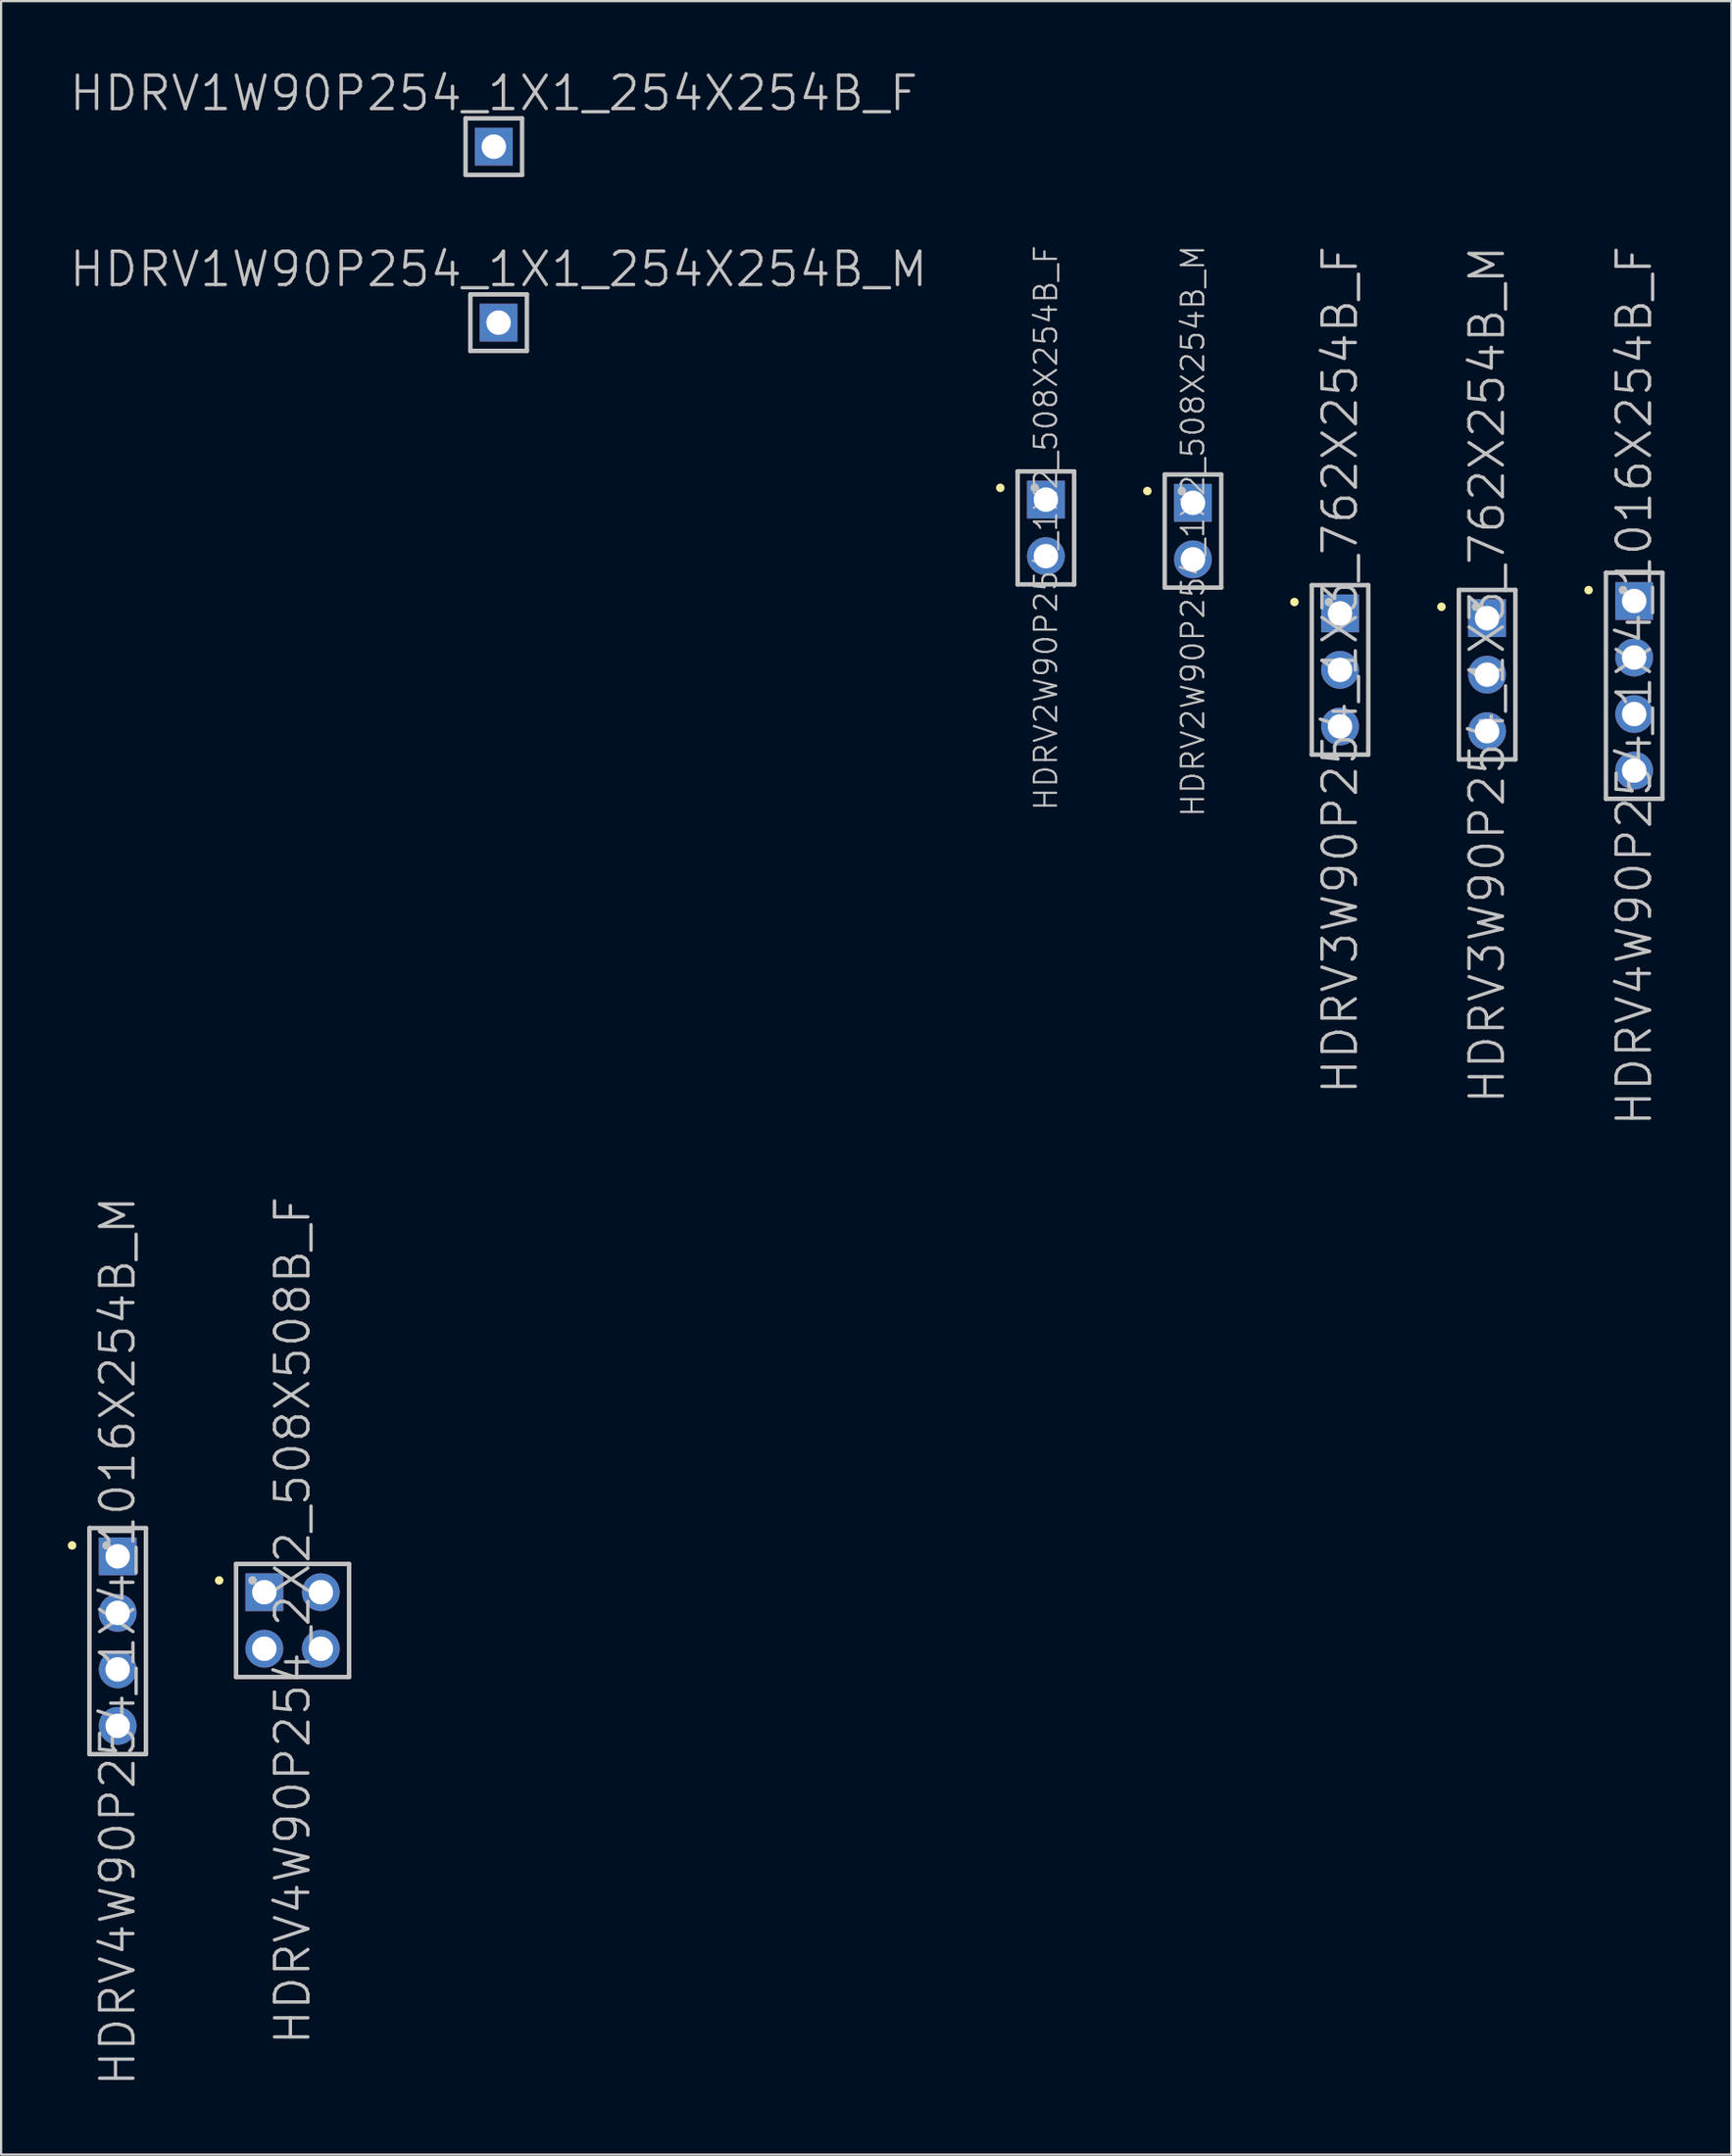
<source format=kicad_pcb>
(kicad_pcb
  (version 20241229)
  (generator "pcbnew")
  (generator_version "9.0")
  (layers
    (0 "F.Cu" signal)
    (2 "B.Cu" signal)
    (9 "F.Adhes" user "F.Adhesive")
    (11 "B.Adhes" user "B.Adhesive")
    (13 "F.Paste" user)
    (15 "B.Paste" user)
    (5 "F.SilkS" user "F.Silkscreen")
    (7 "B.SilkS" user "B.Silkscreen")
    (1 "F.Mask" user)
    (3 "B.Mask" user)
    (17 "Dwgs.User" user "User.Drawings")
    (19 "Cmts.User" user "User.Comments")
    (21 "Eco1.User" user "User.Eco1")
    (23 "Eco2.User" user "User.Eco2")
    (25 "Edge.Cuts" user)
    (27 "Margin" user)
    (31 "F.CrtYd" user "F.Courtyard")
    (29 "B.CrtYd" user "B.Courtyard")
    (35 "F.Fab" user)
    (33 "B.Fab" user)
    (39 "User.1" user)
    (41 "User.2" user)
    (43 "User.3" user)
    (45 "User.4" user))
  (footprint "HDRV4W90P254_1X4_1016X254B_F"
    (layer "F.Cu")
    (at 70.404 27.771)
    (property "Reference" "HDRV4W90P254_1X4_1016X254B_F" (at 0 0 90) (layer "Dwgs.User") (effects (font (size 1.5 1.5) (thickness 0.15))))
    (attr through_hole)
    (fp_line (start -2.05 -4.3) (end -2.05 -4.3) (stroke (width 0.381) (type solid)) (layer "F.SilkS"))
    (fp_line (start -1.27 -5.08) (end -1.27 5.08) (stroke (width 0.2) (type solid)) (layer "Dwgs.User"))
    (fp_line (start -1.27 -5.08) (end 1.27 -5.08) (stroke (width 0.2) (type solid)) (layer "Dwgs.User"))
    (fp_line (start -1.27 5.08) (end 1.27 5.08) (stroke (width 0.2) (type solid)) (layer "Dwgs.User"))
    (fp_line (start -0.5 -4.3) (end -0.5 -4.3) (stroke (width 0.381) (type solid)) (layer "Dwgs.User"))
    (fp_line (start 1.27 -5.08) (end 1.27 5.08) (stroke (width 0.2) (type solid)) (layer "Dwgs.User"))
    (pad "1" thru_hole rect (at 0 -3.81) (size 1.7 1.7) (drill 1.1) (layers "*.Cu" "*.Mask"))
    (pad "2" thru_hole circle (at 0 -1.27 270) (size 1.7 1.7) (drill 1.1) (layers "*.Cu" "*.Mask"))
    (pad "3" thru_hole circle (at 0 1.27 270) (size 1.7 1.7) (drill 1.1) (layers "*.Cu" "*.Mask"))
    (pad "4" thru_hole circle (at 0 3.81 270) (size 1.7 1.7) (drill 1.1) (layers "*.Cu" "*.Mask")))
  (footprint "HDRV4W90P254_2X2_508X508B_F"
    (layer "F.Cu")
    (at 10.101 69.779)
    (property "Reference" "HDRV4W90P254_2X2_508X508B_F" (at 0 0 90) (layer "Dwgs.User") (effects (font (size 1.5 1.5) (thickness 0.15))))
    (attr through_hole)
    (fp_line (start -3.3 -1.8) (end -3.3 -1.8) (stroke (width 0.381) (type solid)) (layer "F.SilkS"))
    (fp_line (start -2.54 -2.54) (end -2.54 2.54) (stroke (width 0.2) (type solid)) (layer "Dwgs.User"))
    (fp_line (start -2.54 -2.54) (end 2.54 -2.54) (stroke (width 0.2) (type solid)) (layer "Dwgs.User"))
    (fp_line (start -2.54 2.54) (end 2.54 2.54) (stroke (width 0.2) (type solid)) (layer "Dwgs.User"))
    (fp_line (start -1.8 -1.8) (end -1.8 -1.8) (stroke (width 0.381) (type solid)) (layer "Dwgs.User"))
    (fp_line (start 2.54 -2.54) (end 2.54 2.54) (stroke (width 0.2) (type solid)) (layer "Dwgs.User"))
    (pad "1" thru_hole rect (at -1.27 -1.27) (size 1.7 1.7) (drill 1.1) (layers "*.Cu" "*.Mask"))
    (pad "2" thru_hole circle (at 1.27 -1.27 270) (size 1.7 1.7) (drill 1.1) (layers "*.Cu" "*.Mask"))
    (pad "3" thru_hole circle (at -1.27 1.27 270) (size 1.7 1.7) (drill 1.1) (layers "*.Cu" "*.Mask"))
    (pad "4" thru_hole circle (at 1.27 1.27 270) (size 1.7 1.7) (drill 1.1) (layers "*.Cu" "*.Mask")))
  (footprint "HDRV3W90P254_1X3_762X254B_M"
    (layer "F.Cu")
    (at 63.793 27.271)
    (property "Reference" "HDRV3W90P254_1X3_762X254B_M" (at 0 0 90) (layer "Dwgs.User") (effects (font (size 1.5 1.5) (thickness 0.15))))
    (attr through_hole)
    (fp_line (start -2.05 -3.05) (end -2.05 -3.05) (stroke (width 0.381) (type solid)) (layer "F.SilkS"))
    (fp_line (start -1.27 -3.81) (end -1.27 3.81) (stroke (width 0.2) (type solid)) (layer "Dwgs.User"))
    (fp_line (start -1.27 -3.81) (end 1.27 -3.81) (stroke (width 0.2) (type solid)) (layer "Dwgs.User"))
    (fp_line (start -1.27 3.81) (end 1.27 3.81) (stroke (width 0.2) (type solid)) (layer "Dwgs.User"))
    (fp_line (start -0.5 -3.05) (end -0.5 -3.05) (stroke (width 0.381) (type solid)) (layer "Dwgs.User"))
    (fp_line (start 1.27 -3.81) (end 1.27 3.81) (stroke (width 0.2) (type solid)) (layer "Dwgs.User"))
    (pad "1" thru_hole rect (at 0 -2.54) (size 1.7 1.7) (drill 1.1) (layers "*.Cu" "*.Mask"))
    (pad "2" thru_hole circle (at 0 0 270) (size 1.7 1.7) (drill 1.1) (layers "*.Cu" "*.Mask"))
    (pad "3" thru_hole circle (at 0 2.54 270) (size 1.7 1.7) (drill 1.1) (layers "*.Cu" "*.Mask")))
  (footprint "HDRV4W90P254_1X4_1016X254B_M"
    (layer "F.Cu")
    (at 2.24 70.707)
    (property "Reference" "HDRV4W90P254_1X4_1016X254B_M" (at 0 0 90) (layer "Dwgs.User") (effects (font (size 1.5 1.5) (thickness 0.15))))
    (attr through_hole)
    (fp_line (start -2.05 -4.3) (end -2.05 -4.3) (stroke (width 0.381) (type solid)) (layer "F.SilkS"))
    (fp_line (start -1.27 -5.08) (end -1.27 5.08) (stroke (width 0.2) (type solid)) (layer "Dwgs.User"))
    (fp_line (start -1.27 -5.08) (end 1.27 -5.08) (stroke (width 0.2) (type solid)) (layer "Dwgs.User"))
    (fp_line (start -1.27 5.08) (end 1.27 5.08) (stroke (width 0.2) (type solid)) (layer "Dwgs.User"))
    (fp_line (start -0.5 -4.3) (end -0.5 -4.3) (stroke (width 0.381) (type solid)) (layer "Dwgs.User"))
    (fp_line (start 1.27 -5.08) (end 1.27 5.08) (stroke (width 0.2) (type solid)) (layer "Dwgs.User"))
    (pad "1" thru_hole rect (at 0 -3.81) (size 1.7 1.7) (drill 1.1) (layers "*.Cu" "*.Mask"))
    (pad "2" thru_hole circle (at 0 -1.27 270) (size 1.7 1.7) (drill 1.1) (layers "*.Cu" "*.Mask"))
    (pad "3" thru_hole circle (at 0 1.27 270) (size 1.7 1.7) (drill 1.1) (layers "*.Cu" "*.Mask"))
    (pad "4" thru_hole circle (at 0 3.81 270) (size 1.7 1.7) (drill 1.1) (layers "*.Cu" "*.Mask")))
  (footprint "HDRV1W90P254_1X1_254X254B_F"
    (layer "F.Cu")
    (at 19.146 3.541)
    (property "Reference" "HDRV1W90P254_1X1_254X254B_F" (at 0 -2.4 0) (layer "Dwgs.User") (effects (font (size 1.5 1.5) (thickness 0.15))))
    (attr through_hole)
    (fp_line (start -1.27 -1.27) (end -1.27 1.27) (stroke (width 0.2) (type solid)) (layer "Dwgs.User"))
    (fp_line (start -1.27 -1.27) (end 1.27 -1.27) (stroke (width 0.2) (type solid)) (layer "Dwgs.User"))
    (fp_line (start -1.27 1.27) (end 1.27 1.27) (stroke (width 0.2) (type solid)) (layer "Dwgs.User"))
    (fp_line (start 1.27 -1.27) (end 1.27 1.27) (stroke (width 0.2) (type solid)) (layer "Dwgs.User"))
    (pad "1" thru_hole rect (at 0 0) (size 1.7 1.7) (drill 1.1) (layers "*.Cu" "*.Mask")))
  (footprint "HDRV2W90P254_1X2_508X254B_F"
    (layer "F.Cu")
    (at 43.962 20.675)
    (property "Reference" "HDRV2W90P254_1X2_508X254B_F" (at 0 0 90) (layer "Dwgs.User") (effects (font (size 1 1) (thickness 0.1))))
    (attr through_hole)
    (fp_line (start -2.05 -1.8) (end -2.05 -1.8) (stroke (width 0.381) (type solid)) (layer "F.SilkS"))
    (fp_line (start -1.27 -2.54) (end -1.27 2.54) (stroke (width 0.2) (type solid)) (layer "Dwgs.User"))
    (fp_line (start -1.27 -2.54) (end 1.27 -2.54) (stroke (width 0.2) (type solid)) (layer "Dwgs.User"))
    (fp_line (start -1.27 2.54) (end 1.27 2.54) (stroke (width 0.2) (type solid)) (layer "Dwgs.User"))
    (fp_line (start -0.5 -1.8) (end -0.5 -1.8) (stroke (width 0.381) (type solid)) (layer "Dwgs.User"))
    (fp_line (start 1.27 -2.54) (end 1.27 2.54) (stroke (width 0.2) (type solid)) (layer "Dwgs.User"))
    (pad "1" thru_hole rect (at 0 -1.27) (size 1.7 1.7) (drill 1.1) (layers "*.Cu" "*.Mask"))
    (pad "2" thru_hole circle (at 0 1.27 270) (size 1.7 1.7) (drill 1.1) (layers "*.Cu" "*.Mask")))
  (footprint "HDRV3W90P254_1X3_762X254B_F"
    (layer "F.Cu")
    (at 57.183 27.057)
    (property "Reference" "HDRV3W90P254_1X3_762X254B_F" (at 0 0 90) (layer "Dwgs.User") (effects (font (size 1.5 1.5) (thickness 0.15))))
    (attr through_hole)
    (fp_line (start -2.05 -3.05) (end -2.05 -3.05) (stroke (width 0.381) (type solid)) (layer "F.SilkS"))
    (fp_line (start -1.27 -3.81) (end -1.27 3.81) (stroke (width 0.2) (type solid)) (layer "Dwgs.User"))
    (fp_line (start -1.27 -3.81) (end 1.27 -3.81) (stroke (width 0.2) (type solid)) (layer "Dwgs.User"))
    (fp_line (start -1.27 3.81) (end 1.27 3.81) (stroke (width 0.2) (type solid)) (layer "Dwgs.User"))
    (fp_line (start -0.5 -3.05) (end -0.5 -3.05) (stroke (width 0.381) (type solid)) (layer "Dwgs.User"))
    (fp_line (start 1.27 -3.81) (end 1.27 3.81) (stroke (width 0.2) (type solid)) (layer "Dwgs.User"))
    (pad "1" thru_hole rect (at 0 -2.54) (size 1.7 1.7) (drill 1.1) (layers "*.Cu" "*.Mask"))
    (pad "2" thru_hole circle (at 0 0 270) (size 1.7 1.7) (drill 1.1) (layers "*.Cu" "*.Mask"))
    (pad "3" thru_hole circle (at 0 2.54 270) (size 1.7 1.7) (drill 1.1) (layers "*.Cu" "*.Mask")))
  (footprint "HDRV2W90P254_1X2_508X254B_M"
    (layer "F.Cu")
    (at 50.572 20.818)
    (property "Reference" "HDRV2W90P254_1X2_508X254B_M" (at 0 0 90) (layer "Dwgs.User") (effects (font (size 1 1) (thickness 0.1))))
    (attr through_hole)
    (fp_line (start -2.05 -1.8) (end -2.05 -1.8) (stroke (width 0.381) (type solid)) (layer "F.SilkS"))
    (fp_line (start -1.27 -2.54) (end -1.27 2.54) (stroke (width 0.2) (type solid)) (layer "Dwgs.User"))
    (fp_line (start -1.27 -2.54) (end 1.27 -2.54) (stroke (width 0.2) (type solid)) (layer "Dwgs.User"))
    (fp_line (start -1.27 2.54) (end 1.27 2.54) (stroke (width 0.2) (type solid)) (layer "Dwgs.User"))
    (fp_line (start -0.5 -1.8) (end -0.5 -1.8) (stroke (width 0.381) (type solid)) (layer "Dwgs.User"))
    (fp_line (start 1.27 -2.54) (end 1.27 2.54) (stroke (width 0.2) (type solid)) (layer "Dwgs.User"))
    (pad "1" thru_hole rect (at 0 -1.27) (size 1.7 1.7) (drill 1.1) (layers "*.Cu" "*.Mask"))
    (pad "2" thru_hole circle (at 0 1.27 270) (size 1.7 1.7) (drill 1.1) (layers "*.Cu" "*.Mask")))
  (footprint "HDRV1W90P254_1X1_254X254B_M"
    (layer "F.Cu")
    (at 19.361 11.451)
    (property "Reference" "HDRV1W90P254_1X1_254X254B_M" (at 0 -2.4 0) (layer "Dwgs.User") (effects (font (size 1.5 1.5) (thickness 0.15))))
    (attr through_hole)
    (fp_line (start -1.27 -1.27) (end -1.27 1.27) (stroke (width 0.2) (type solid)) (layer "Dwgs.User"))
    (fp_line (start -1.27 -1.27) (end 1.27 -1.27) (stroke (width 0.2) (type solid)) (layer "Dwgs.User"))
    (fp_line (start -1.27 1.27) (end 1.27 1.27) (stroke (width 0.2) (type solid)) (layer "Dwgs.User"))
    (fp_line (start 1.27 -1.27) (end 1.27 1.27) (stroke (width 0.2) (type solid)) (layer "Dwgs.User"))
    (pad "1" thru_hole rect (at 0 0) (size 1.7 1.7) (drill 1.1) (layers "*.Cu" "*.Mask")))
  (gr_rect
    (start -3 -3)
    (end 74.774 93.782)
    (stroke (width 0.1) (type default))
    (fill no)
    (layer "Edge.Cuts")))
</source>
